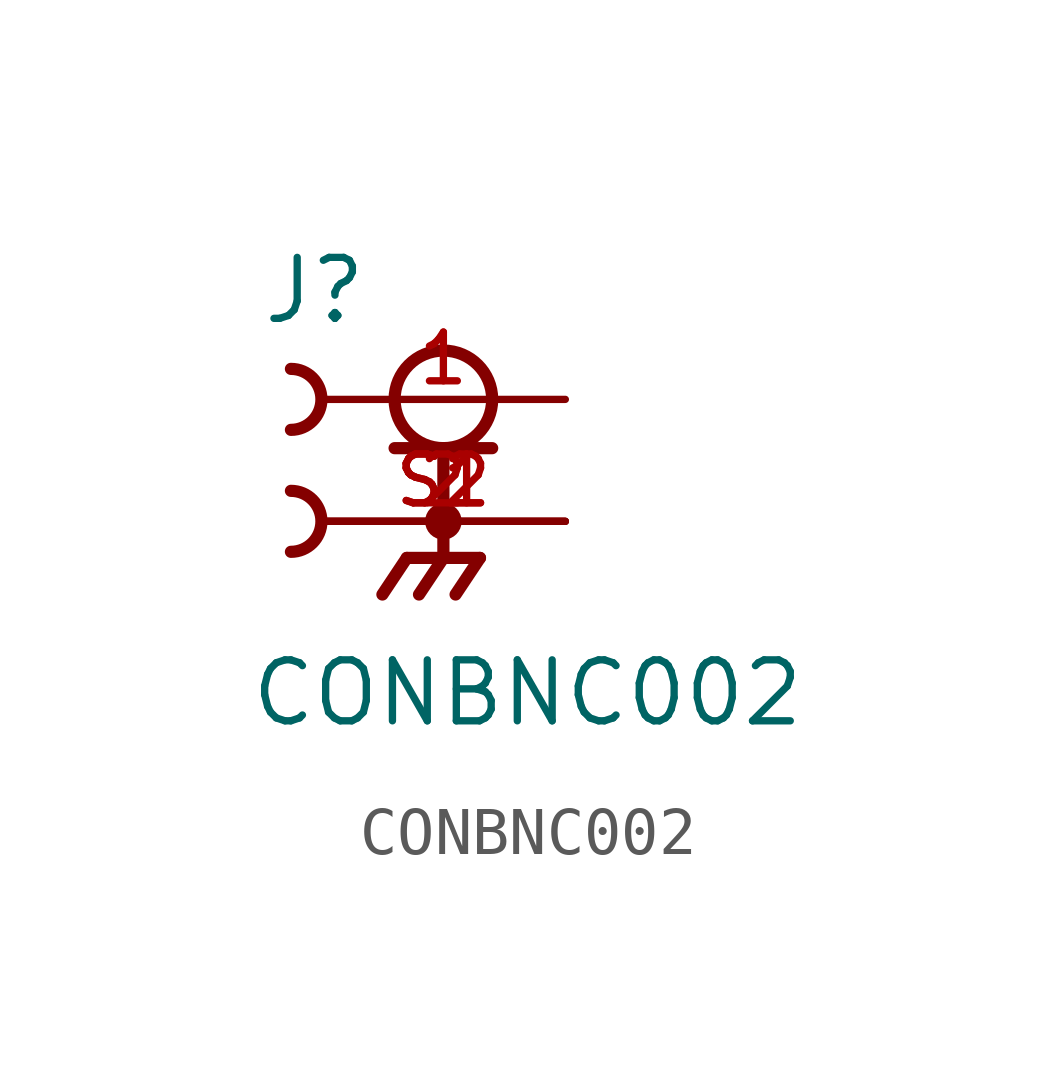
<source format=kicad_sym>
(kicad_symbol_lib
  (version 20211014)
  (generator kicad_symbol_editor)
  (symbol "CONBNC002"
    (pin_names
      (offset 1.016))
    (property "Reference" "J"
      (at -3.81 1.524 0)
      (effects (font (size 1.27 1.27)) (justify bottom left)))
    (property "Value" "CONBNC002"
      (at -4.064 -6.858 0)
      (effects (font (size 1.27 1.27)) (justify bottom left)))
    (symbol "CONBNC002_0_0"
      (circle (center 0.0 0.0) (radius 1.016) (stroke (width 0.254)) (fill (type none)))
      (polyline (pts (xy -1.016 -1.016) (xy 0.0 -1.016)) (stroke (width 0.254)))
      (polyline (pts (xy 0.0 -1.016) (xy 1.016 -1.016)) (stroke (width 0.254)))
      (polyline (pts (xy 0.0 -1.016) (xy 0.0 -3.302)) (stroke (width 0.254)))
      (circle (center 0.0 -2.54) (radius 0.254) (stroke (width 0.254)) (fill (type none)))
      (polyline (pts (xy 0.0 -3.302) (xy -0.762 -3.302)) (stroke (width 0.254)))
      (polyline (pts (xy 0.0 -3.302) (xy 0.762 -3.302)) (stroke (width 0.254)))
      (polyline (pts (xy -0.762 -3.302) (xy -1.27 -4.064)) (stroke (width 0.254)))
      (polyline (pts (xy 0.0 -3.302) (xy -0.508 -4.064)) (stroke (width 0.254)))
      (polyline (pts (xy 0.762 -3.302) (xy 0.254 -4.064)) (stroke (width 0.254)))
      (arc (start -3.175 0.635) (mid -2.54 -0.0) (end -3.175 -0.635) (stroke (width 0.254) (type default) (color 0 0 0 0)) (fill (type none)))
      (arc (start -3.175 -1.905) (mid -2.54 -2.54) (end -3.175 -3.175) (stroke (width 0.254) (type default) (color 0 0 0 0)) (fill (type none)))
      (pin passive line (at 2.54 0.0 180.0) (length 5.08) (name "~" (effects (font (size 1.016 1.016)))) (number "1" (effects (font (size 1.016 1.016)))))
      (pin passive line (at 2.54 -2.54 180.0) (length 5.08) (name "~" (effects (font (size 1.016 1.016)))) (number "2" (effects (font (size 1.016 1.016)))))
      (pin passive line (at 2.54 -2.54 180.0) (length 5.08) (name "~" (effects (font (size 1.016 1.016)))) (number "S1" (effects (font (size 1.016 1.016)))))
      (pin passive line (at 2.54 -2.54 180.0) (length 5.08) (name "~" (effects (font (size 1.016 1.016)))) (number "S2" (effects (font (size 1.016 1.016))))))))
</source>
